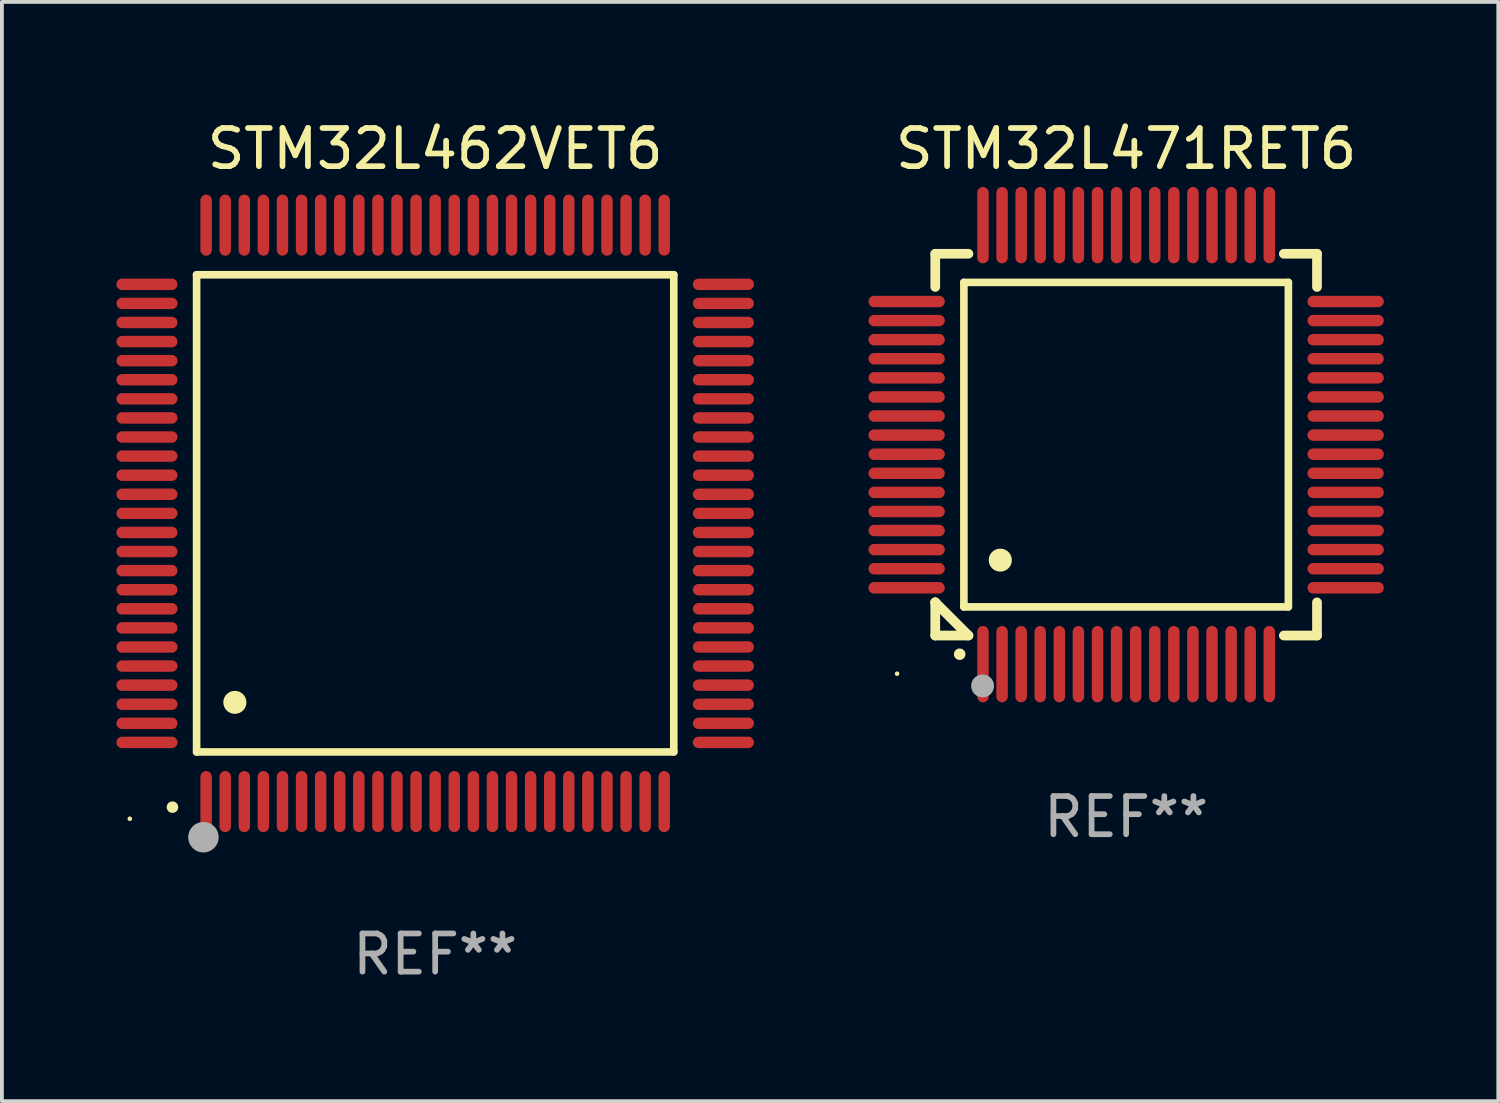
<source format=kicad_pcb>
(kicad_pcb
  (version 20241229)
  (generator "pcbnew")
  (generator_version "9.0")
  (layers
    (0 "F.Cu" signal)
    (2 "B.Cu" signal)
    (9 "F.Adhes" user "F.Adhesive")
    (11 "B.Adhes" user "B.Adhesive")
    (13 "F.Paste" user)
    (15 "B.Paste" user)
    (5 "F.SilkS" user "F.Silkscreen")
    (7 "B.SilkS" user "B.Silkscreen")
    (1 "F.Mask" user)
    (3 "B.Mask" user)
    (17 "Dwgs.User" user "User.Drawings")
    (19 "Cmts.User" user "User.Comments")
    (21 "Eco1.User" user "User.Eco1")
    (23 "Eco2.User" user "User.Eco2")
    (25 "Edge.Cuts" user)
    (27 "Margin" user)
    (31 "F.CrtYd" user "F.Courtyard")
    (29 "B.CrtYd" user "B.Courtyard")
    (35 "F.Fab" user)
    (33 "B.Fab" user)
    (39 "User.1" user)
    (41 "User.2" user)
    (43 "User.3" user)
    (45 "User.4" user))
  (footprint "STM32L471RET6"
    (layer "F.Cu")
    (at 26.45 8.598)
    (property "Reference" "STM32L471RET6" (at 0 -7.75 0) (layer "F.SilkS") (effects (font (size 1 1) (thickness 0.15))))
    (attr through_hole)
    (fp_line (start -5 -5) (end -4.131 -5) (stroke (width 0.254) (type solid)) (layer "F.SilkS"))
    (fp_line (start -5 -4.131) (end -5 -5) (stroke (width 0.254) (type solid)) (layer "F.SilkS"))
    (fp_line (start -5 4.131) (end -5 4.131) (stroke (width 0.254) (type solid)) (layer "F.SilkS"))
    (fp_line (start -5 5) (end -5 4.131) (stroke (width 0.254) (type solid)) (layer "F.SilkS"))
    (fp_line (start -5 4.131) (end -4.131 5) (stroke (width 0.254) (type solid)) (layer "F.SilkS"))
    (fp_line (start -4.25 -4.25) (end -4.25 4.25) (stroke (width 0.2) (type solid)) (layer "F.SilkS"))
    (fp_line (start -4.25 4.25) (end 4.25 4.25) (stroke (width 0.2) (type solid)) (layer "F.SilkS"))
    (fp_line (start -4.131 5) (end -5 5) (stroke (width 0.254) (type solid)) (layer "F.SilkS"))
    (fp_line (start 4.25 -4.25) (end -4.25 -4.25) (stroke (width 0.2) (type solid)) (layer "F.SilkS"))
    (fp_line (start 4.25 4.25) (end 4.25 -4.25) (stroke (width 0.2) (type solid)) (layer "F.SilkS"))
    (fp_line (start 5 -5) (end 4.131 -5) (stroke (width 0.254) (type solid)) (layer "F.SilkS"))
    (fp_line (start 5 -5) (end 5 -4.131) (stroke (width 0.254) (type solid)) (layer "F.SilkS"))
    (fp_line (start 5 4.131) (end 5 5) (stroke (width 0.254) (type solid)) (layer "F.SilkS"))
    (fp_line (start 5 5) (end 4.131 5) (stroke (width 0.254) (type solid)) (layer "F.SilkS"))
    (fp_arc (start -4.361265 5.489992) (mid -4.359995 5.489987) (end -4.358725 5.489992) (stroke (width 0.3) (type solid)) (layer "F.SilkS"))
    (fp_arc (start -3.299467 3.025146) (mid -3.296927 3.025135) (end -3.294387 3.025146) (stroke (width 0.6) (type solid)) (layer "F.SilkS"))
    (fp_circle (center -6 6) (end -5.97 6) (stroke (width 0.06) (type solid)) (fill no) (layer "F.SilkS"))
    (fp_circle (center -3.76 6.32) (end -3.61 6.32) (stroke (width 0.3) (type solid)) (fill no) (layer "F.Fab"))
    (fp_text user "REF**" (at 0 9.75 0) (layer "F.Fab") (effects (font (size 1 1) (thickness 0.15))))
    (pad "1" smd oval (at -3.75 5.75) (size 0.3 2) (layers "F.Cu" "F.Mask" "F.Paste"))
    (pad "2" smd oval (at -3.25 5.75) (size 0.3 2) (layers "F.Cu" "F.Mask" "F.Paste"))
    (pad "3" smd oval (at -2.75 5.75) (size 0.3 2) (layers "F.Cu" "F.Mask" "F.Paste"))
    (pad "4" smd oval (at -2.25 5.75) (size 0.3 2) (layers "F.Cu" "F.Mask" "F.Paste"))
    (pad "5" smd oval (at -1.75 5.75) (size 0.3 2) (layers "F.Cu" "F.Mask" "F.Paste"))
    (pad "6" smd oval (at -1.25 5.75) (size 0.3 2) (layers "F.Cu" "F.Mask" "F.Paste"))
    (pad "7" smd oval (at -0.75 5.75) (size 0.3 2) (layers "F.Cu" "F.Mask" "F.Paste"))
    (pad "8" smd oval (at -0.25 5.75) (size 0.3 2) (layers "F.Cu" "F.Mask" "F.Paste"))
    (pad "9" smd oval (at 0.25 5.75) (size 0.3 2) (layers "F.Cu" "F.Mask" "F.Paste"))
    (pad "10" smd oval (at 0.75 5.75) (size 0.3 2) (layers "F.Cu" "F.Mask" "F.Paste"))
    (pad "11" smd oval (at 1.25 5.75) (size 0.3 2) (layers "F.Cu" "F.Mask" "F.Paste"))
    (pad "12" smd oval (at 1.75 5.75) (size 0.3 2) (layers "F.Cu" "F.Mask" "F.Paste"))
    (pad "13" smd oval (at 2.25 5.75) (size 0.3 2) (layers "F.Cu" "F.Mask" "F.Paste"))
    (pad "14" smd oval (at 2.75 5.75) (size 0.3 2) (layers "F.Cu" "F.Mask" "F.Paste"))
    (pad "15" smd oval (at 3.25 5.75) (size 0.3 2) (layers "F.Cu" "F.Mask" "F.Paste"))
    (pad "16" smd oval (at 3.75 5.75) (size 0.3 2) (layers "F.Cu" "F.Mask" "F.Paste"))
    (pad "17" smd oval (at 5.75 3.75) (size 2 0.3) (layers "F.Cu" "F.Mask" "F.Paste"))
    (pad "18" smd oval (at 5.75 3.25) (size 2 0.3) (layers "F.Cu" "F.Mask" "F.Paste"))
    (pad "19" smd oval (at 5.75 2.75) (size 2 0.3) (layers "F.Cu" "F.Mask" "F.Paste"))
    (pad "20" smd oval (at 5.75 2.25) (size 2 0.3) (layers "F.Cu" "F.Mask" "F.Paste"))
    (pad "21" smd oval (at 5.75 1.75) (size 2 0.3) (layers "F.Cu" "F.Mask" "F.Paste"))
    (pad "22" smd oval (at 5.75 1.25) (size 2 0.3) (layers "F.Cu" "F.Mask" "F.Paste"))
    (pad "23" smd oval (at 5.75 0.75) (size 2 0.3) (layers "F.Cu" "F.Mask" "F.Paste"))
    (pad "24" smd oval (at 5.75 0.25) (size 2 0.3) (layers "F.Cu" "F.Mask" "F.Paste"))
    (pad "25" smd oval (at 5.75 -0.25) (size 2 0.3) (layers "F.Cu" "F.Mask" "F.Paste"))
    (pad "26" smd oval (at 5.75 -0.75) (size 2 0.3) (layers "F.Cu" "F.Mask" "F.Paste"))
    (pad "27" smd oval (at 5.75 -1.25) (size 2 0.3) (layers "F.Cu" "F.Mask" "F.Paste"))
    (pad "28" smd oval (at 5.75 -1.75) (size 2 0.3) (layers "F.Cu" "F.Mask" "F.Paste"))
    (pad "29" smd oval (at 5.75 -2.25) (size 2 0.3) (layers "F.Cu" "F.Mask" "F.Paste"))
    (pad "30" smd oval (at 5.75 -2.75) (size 2 0.3) (layers "F.Cu" "F.Mask" "F.Paste"))
    (pad "31" smd oval (at 5.75 -3.25) (size 2 0.3) (layers "F.Cu" "F.Mask" "F.Paste"))
    (pad "32" smd oval (at 5.75 -3.75) (size 2 0.3) (layers "F.Cu" "F.Mask" "F.Paste"))
    (pad "33" smd oval (at 3.75 -5.75) (size 0.3 2) (layers "F.Cu" "F.Mask" "F.Paste"))
    (pad "34" smd oval (at 3.25 -5.75) (size 0.3 2) (layers "F.Cu" "F.Mask" "F.Paste"))
    (pad "35" smd oval (at 2.75 -5.75) (size 0.3 2) (layers "F.Cu" "F.Mask" "F.Paste"))
    (pad "36" smd oval (at 2.25 -5.75) (size 0.3 2) (layers "F.Cu" "F.Mask" "F.Paste"))
    (pad "37" smd oval (at 1.75 -5.75) (size 0.3 2) (layers "F.Cu" "F.Mask" "F.Paste"))
    (pad "38" smd oval (at 1.25 -5.75) (size 0.3 2) (layers "F.Cu" "F.Mask" "F.Paste"))
    (pad "39" smd oval (at 0.75 -5.75) (size 0.3 2) (layers "F.Cu" "F.Mask" "F.Paste"))
    (pad "40" smd oval (at 0.25 -5.75) (size 0.3 2) (layers "F.Cu" "F.Mask" "F.Paste"))
    (pad "41" smd oval (at -0.25 -5.75) (size 0.3 2) (layers "F.Cu" "F.Mask" "F.Paste"))
    (pad "42" smd oval (at -0.75 -5.75) (size 0.3 2) (layers "F.Cu" "F.Mask" "F.Paste"))
    (pad "43" smd oval (at -1.25 -5.75) (size 0.3 2) (layers "F.Cu" "F.Mask" "F.Paste"))
    (pad "44" smd oval (at -1.75 -5.75) (size 0.3 2) (layers "F.Cu" "F.Mask" "F.Paste"))
    (pad "45" smd oval (at -2.25 -5.75) (size 0.3 2) (layers "F.Cu" "F.Mask" "F.Paste"))
    (pad "46" smd oval (at -2.75 -5.75) (size 0.3 2) (layers "F.Cu" "F.Mask" "F.Paste"))
    (pad "47" smd oval (at -3.25 -5.75) (size 0.3 2) (layers "F.Cu" "F.Mask" "F.Paste"))
    (pad "48" smd oval (at -3.75 -5.75) (size 0.3 2) (layers "F.Cu" "F.Mask" "F.Paste"))
    (pad "49" smd oval (at -5.75 -3.75) (size 2 0.3) (layers "F.Cu" "F.Mask" "F.Paste"))
    (pad "50" smd oval (at -5.75 -3.25) (size 2 0.3) (layers "F.Cu" "F.Mask" "F.Paste"))
    (pad "51" smd oval (at -5.75 -2.75) (size 2 0.3) (layers "F.Cu" "F.Mask" "F.Paste"))
    (pad "52" smd oval (at -5.75 -2.25) (size 2 0.3) (layers "F.Cu" "F.Mask" "F.Paste"))
    (pad "53" smd oval (at -5.75 -1.75) (size 2 0.3) (layers "F.Cu" "F.Mask" "F.Paste"))
    (pad "54" smd oval (at -5.75 -1.25) (size 2 0.3) (layers "F.Cu" "F.Mask" "F.Paste"))
    (pad "55" smd oval (at -5.75 -0.75) (size 2 0.3) (layers "F.Cu" "F.Mask" "F.Paste"))
    (pad "56" smd oval (at -5.75 -0.25) (size 2 0.3) (layers "F.Cu" "F.Mask" "F.Paste"))
    (pad "57" smd oval (at -5.75 0.25) (size 2 0.3) (layers "F.Cu" "F.Mask" "F.Paste"))
    (pad "58" smd oval (at -5.75 0.75) (size 2 0.3) (layers "F.Cu" "F.Mask" "F.Paste"))
    (pad "59" smd oval (at -5.75 1.25) (size 2 0.3) (layers "F.Cu" "F.Mask" "F.Paste"))
    (pad "60" smd oval (at -5.75 1.75) (size 2 0.3) (layers "F.Cu" "F.Mask" "F.Paste"))
    (pad "61" smd oval (at -5.75 2.25) (size 2 0.3) (layers "F.Cu" "F.Mask" "F.Paste"))
    (pad "62" smd oval (at -5.75 2.75) (size 2 0.3) (layers "F.Cu" "F.Mask" "F.Paste"))
    (pad "63" smd oval (at -5.75 3.25) (size 2 0.3) (layers "F.Cu" "F.Mask" "F.Paste"))
    (pad "64" smd oval (at -5.75 3.75) (size 2 0.3) (layers "F.Cu" "F.Mask" "F.Paste")))
  (footprint "STM32L462VET6"
    (layer "F.Cu")
    (at 8.35 10.398)
    (property "Reference" "STM32L462VET6" (at 0 -9.55 0) (layer "F.SilkS") (effects (font (size 1 1) (thickness 0.15))))
    (attr through_hole)
    (fp_line (start -6.25 -6.25) (end -6.25 6.25) (stroke (width 0.2) (type solid)) (layer "F.SilkS"))
    (fp_line (start -6.25 6.25) (end 6.25 6.25) (stroke (width 0.2) (type solid)) (layer "F.SilkS"))
    (fp_line (start 6.25 -6.25) (end -6.25 -6.25) (stroke (width 0.2) (type solid)) (layer "F.SilkS"))
    (fp_line (start 6.25 6.25) (end 6.25 -6.25) (stroke (width 0.2) (type solid)) (layer "F.SilkS"))
    (fp_arc (start -6.883414 7.696215) (mid -6.882144 7.69621) (end -6.880874 7.696215) (stroke (width 0.3) (type solid)) (layer "F.SilkS"))
    (fp_arc (start -5.250191 4.95047) (mid -5.247651 4.950459) (end -5.245111 4.95047) (stroke (width 0.6) (type solid)) (layer "F.SilkS"))
    (fp_circle (center -8 8) (end -7.97 8) (stroke (width 0.06) (type solid)) (fill no) (layer "F.SilkS"))
    (fp_circle (center -6.071 8.484) (end -5.871 8.484) (stroke (width 0.4) (type solid)) (fill no) (layer "F.Fab"))
    (fp_text user "REF**" (at 0 11.55 0) (layer "F.Fab") (effects (font (size 1 1) (thickness 0.15))))
    (pad "1" smd oval (at -6 7.55) (size 0.3 1.6) (layers "F.Cu" "F.Mask" "F.Paste"))
    (pad "2" smd oval (at -5.5 7.55) (size 0.3 1.6) (layers "F.Cu" "F.Mask" "F.Paste"))
    (pad "3" smd oval (at -5 7.55) (size 0.3 1.6) (layers "F.Cu" "F.Mask" "F.Paste"))
    (pad "4" smd oval (at -4.5 7.55) (size 0.3 1.6) (layers "F.Cu" "F.Mask" "F.Paste"))
    (pad "5" smd oval (at -4 7.55) (size 0.3 1.6) (layers "F.Cu" "F.Mask" "F.Paste"))
    (pad "6" smd oval (at -3.5 7.55) (size 0.3 1.6) (layers "F.Cu" "F.Mask" "F.Paste"))
    (pad "7" smd oval (at -3 7.55) (size 0.3 1.6) (layers "F.Cu" "F.Mask" "F.Paste"))
    (pad "8" smd oval (at -2.5 7.55) (size 0.3 1.6) (layers "F.Cu" "F.Mask" "F.Paste"))
    (pad "9" smd oval (at -2 7.55) (size 0.3 1.6) (layers "F.Cu" "F.Mask" "F.Paste"))
    (pad "10" smd oval (at -1.5 7.55) (size 0.3 1.6) (layers "F.Cu" "F.Mask" "F.Paste"))
    (pad "11" smd oval (at -1 7.55) (size 0.3 1.6) (layers "F.Cu" "F.Mask" "F.Paste"))
    (pad "12" smd oval (at -0.5 7.55) (size 0.3 1.6) (layers "F.Cu" "F.Mask" "F.Paste"))
    (pad "13" smd oval (at 0 7.55) (size 0.3 1.6) (layers "F.Cu" "F.Mask" "F.Paste"))
    (pad "14" smd oval (at 0.5 7.55) (size 0.3 1.6) (layers "F.Cu" "F.Mask" "F.Paste"))
    (pad "15" smd oval (at 1 7.55) (size 0.3 1.6) (layers "F.Cu" "F.Mask" "F.Paste"))
    (pad "16" smd oval (at 1.5 7.55) (size 0.3 1.6) (layers "F.Cu" "F.Mask" "F.Paste"))
    (pad "17" smd oval (at 2 7.55) (size 0.3 1.6) (layers "F.Cu" "F.Mask" "F.Paste"))
    (pad "18" smd oval (at 2.5 7.55) (size 0.3 1.6) (layers "F.Cu" "F.Mask" "F.Paste"))
    (pad "19" smd oval (at 3 7.55) (size 0.3 1.6) (layers "F.Cu" "F.Mask" "F.Paste"))
    (pad "20" smd oval (at 3.5 7.55) (size 0.3 1.6) (layers "F.Cu" "F.Mask" "F.Paste"))
    (pad "21" smd oval (at 4 7.55) (size 0.3 1.6) (layers "F.Cu" "F.Mask" "F.Paste"))
    (pad "22" smd oval (at 4.5 7.55) (size 0.3 1.6) (layers "F.Cu" "F.Mask" "F.Paste"))
    (pad "23" smd oval (at 5 7.55) (size 0.3 1.6) (layers "F.Cu" "F.Mask" "F.Paste"))
    (pad "24" smd oval (at 5.5 7.55) (size 0.3 1.6) (layers "F.Cu" "F.Mask" "F.Paste"))
    (pad "25" smd oval (at 6 7.55) (size 0.3 1.6) (layers "F.Cu" "F.Mask" "F.Paste"))
    (pad "26" smd oval (at 7.55 6) (size 1.6 0.3) (layers "F.Cu" "F.Mask" "F.Paste"))
    (pad "27" smd oval (at 7.55 5.5) (size 1.6 0.3) (layers "F.Cu" "F.Mask" "F.Paste"))
    (pad "28" smd oval (at 7.55 5) (size 1.6 0.3) (layers "F.Cu" "F.Mask" "F.Paste"))
    (pad "29" smd oval (at 7.55 4.5) (size 1.6 0.3) (layers "F.Cu" "F.Mask" "F.Paste"))
    (pad "30" smd oval (at 7.55 4) (size 1.6 0.3) (layers "F.Cu" "F.Mask" "F.Paste"))
    (pad "31" smd oval (at 7.55 3.5) (size 1.6 0.3) (layers "F.Cu" "F.Mask" "F.Paste"))
    (pad "32" smd oval (at 7.55 3) (size 1.6 0.3) (layers "F.Cu" "F.Mask" "F.Paste"))
    (pad "33" smd oval (at 7.55 2.5) (size 1.6 0.3) (layers "F.Cu" "F.Mask" "F.Paste"))
    (pad "34" smd oval (at 7.55 2) (size 1.6 0.3) (layers "F.Cu" "F.Mask" "F.Paste"))
    (pad "35" smd oval (at 7.55 1.5) (size 1.6 0.3) (layers "F.Cu" "F.Mask" "F.Paste"))
    (pad "36" smd oval (at 7.55 1) (size 1.6 0.3) (layers "F.Cu" "F.Mask" "F.Paste"))
    (pad "37" smd oval (at 7.55 0.5) (size 1.6 0.3) (layers "F.Cu" "F.Mask" "F.Paste"))
    (pad "38" smd oval (at 7.55 0) (size 1.6 0.3) (layers "F.Cu" "F.Mask" "F.Paste"))
    (pad "39" smd oval (at 7.55 -0.5) (size 1.6 0.3) (layers "F.Cu" "F.Mask" "F.Paste"))
    (pad "40" smd oval (at 7.55 -1) (size 1.6 0.3) (layers "F.Cu" "F.Mask" "F.Paste"))
    (pad "41" smd oval (at 7.55 -1.5) (size 1.6 0.3) (layers "F.Cu" "F.Mask" "F.Paste"))
    (pad "42" smd oval (at 7.55 -2) (size 1.6 0.3) (layers "F.Cu" "F.Mask" "F.Paste"))
    (pad "43" smd oval (at 7.55 -2.5) (size 1.6 0.3) (layers "F.Cu" "F.Mask" "F.Paste"))
    (pad "44" smd oval (at 7.55 -3) (size 1.6 0.3) (layers "F.Cu" "F.Mask" "F.Paste"))
    (pad "45" smd oval (at 7.55 -3.5) (size 1.6 0.3) (layers "F.Cu" "F.Mask" "F.Paste"))
    (pad "46" smd oval (at 7.55 -4) (size 1.6 0.3) (layers "F.Cu" "F.Mask" "F.Paste"))
    (pad "47" smd oval (at 7.55 -4.5) (size 1.6 0.3) (layers "F.Cu" "F.Mask" "F.Paste"))
    (pad "48" smd oval (at 7.55 -5) (size 1.6 0.3) (layers "F.Cu" "F.Mask" "F.Paste"))
    (pad "49" smd oval (at 7.55 -5.5) (size 1.6 0.3) (layers "F.Cu" "F.Mask" "F.Paste"))
    (pad "50" smd oval (at 7.55 -6) (size 1.6 0.3) (layers "F.Cu" "F.Mask" "F.Paste"))
    (pad "51" smd oval (at 6 -7.55) (size 0.3 1.6) (layers "F.Cu" "F.Mask" "F.Paste"))
    (pad "52" smd oval (at 5.5 -7.55) (size 0.3 1.6) (layers "F.Cu" "F.Mask" "F.Paste"))
    (pad "53" smd oval (at 5 -7.55) (size 0.3 1.6) (layers "F.Cu" "F.Mask" "F.Paste"))
    (pad "54" smd oval (at 4.5 -7.55) (size 0.3 1.6) (layers "F.Cu" "F.Mask" "F.Paste"))
    (pad "55" smd oval (at 4 -7.55) (size 0.3 1.6) (layers "F.Cu" "F.Mask" "F.Paste"))
    (pad "56" smd oval (at 3.5 -7.55) (size 0.3 1.6) (layers "F.Cu" "F.Mask" "F.Paste"))
    (pad "57" smd oval (at 3 -7.55) (size 0.3 1.6) (layers "F.Cu" "F.Mask" "F.Paste"))
    (pad "58" smd oval (at 2.5 -7.55) (size 0.3 1.6) (layers "F.Cu" "F.Mask" "F.Paste"))
    (pad "59" smd oval (at 2 -7.55) (size 0.3 1.6) (layers "F.Cu" "F.Mask" "F.Paste"))
    (pad "60" smd oval (at 1.5 -7.55) (size 0.3 1.6) (layers "F.Cu" "F.Mask" "F.Paste"))
    (pad "61" smd oval (at 1 -7.55) (size 0.3 1.6) (layers "F.Cu" "F.Mask" "F.Paste"))
    (pad "62" smd oval (at 0.5 -7.55) (size 0.3 1.6) (layers "F.Cu" "F.Mask" "F.Paste"))
    (pad "63" smd oval (at 0 -7.55) (size 0.3 1.6) (layers "F.Cu" "F.Mask" "F.Paste"))
    (pad "64" smd oval (at -0.5 -7.55) (size 0.3 1.6) (layers "F.Cu" "F.Mask" "F.Paste"))
    (pad "65" smd oval (at -1 -7.55) (size 0.3 1.6) (layers "F.Cu" "F.Mask" "F.Paste"))
    (pad "66" smd oval (at -1.5 -7.55) (size 0.3 1.6) (layers "F.Cu" "F.Mask" "F.Paste"))
    (pad "67" smd oval (at -2 -7.55) (size 0.3 1.6) (layers "F.Cu" "F.Mask" "F.Paste"))
    (pad "68" smd oval (at -2.5 -7.55) (size 0.3 1.6) (layers "F.Cu" "F.Mask" "F.Paste"))
    (pad "69" smd oval (at -3 -7.55) (size 0.3 1.6) (layers "F.Cu" "F.Mask" "F.Paste"))
    (pad "70" smd oval (at -3.5 -7.55) (size 0.3 1.6) (layers "F.Cu" "F.Mask" "F.Paste"))
    (pad "71" smd oval (at -4 -7.55) (size 0.3 1.6) (layers "F.Cu" "F.Mask" "F.Paste"))
    (pad "72" smd oval (at -4.5 -7.55) (size 0.3 1.6) (layers "F.Cu" "F.Mask" "F.Paste"))
    (pad "73" smd oval (at -5 -7.55) (size 0.3 1.6) (layers "F.Cu" "F.Mask" "F.Paste"))
    (pad "74" smd oval (at -5.5 -7.55) (size 0.3 1.6) (layers "F.Cu" "F.Mask" "F.Paste"))
    (pad "75" smd oval (at -6 -7.55) (size 0.3 1.6) (layers "F.Cu" "F.Mask" "F.Paste"))
    (pad "76" smd oval (at -7.55 -6) (size 1.6 0.3) (layers "F.Cu" "F.Mask" "F.Paste"))
    (pad "77" smd oval (at -7.55 -5.5) (size 1.6 0.3) (layers "F.Cu" "F.Mask" "F.Paste"))
    (pad "78" smd oval (at -7.55 -5) (size 1.6 0.3) (layers "F.Cu" "F.Mask" "F.Paste"))
    (pad "79" smd oval (at -7.55 -4.5) (size 1.6 0.3) (layers "F.Cu" "F.Mask" "F.Paste"))
    (pad "80" smd oval (at -7.55 -4) (size 1.6 0.3) (layers "F.Cu" "F.Mask" "F.Paste"))
    (pad "81" smd oval (at -7.55 -3.5) (size 1.6 0.3) (layers "F.Cu" "F.Mask" "F.Paste"))
    (pad "82" smd oval (at -7.55 -3) (size 1.6 0.3) (layers "F.Cu" "F.Mask" "F.Paste"))
    (pad "83" smd oval (at -7.55 -2.5) (size 1.6 0.3) (layers "F.Cu" "F.Mask" "F.Paste"))
    (pad "84" smd oval (at -7.55 -2) (size 1.6 0.3) (layers "F.Cu" "F.Mask" "F.Paste"))
    (pad "85" smd oval (at -7.55 -1.5) (size 1.6 0.3) (layers "F.Cu" "F.Mask" "F.Paste"))
    (pad "86" smd oval (at -7.55 -1) (size 1.6 0.3) (layers "F.Cu" "F.Mask" "F.Paste"))
    (pad "87" smd oval (at -7.55 -0.5) (size 1.6 0.3) (layers "F.Cu" "F.Mask" "F.Paste"))
    (pad "88" smd oval (at -7.55 0) (size 1.6 0.3) (layers "F.Cu" "F.Mask" "F.Paste"))
    (pad "89" smd oval (at -7.55 0.5) (size 1.6 0.3) (layers "F.Cu" "F.Mask" "F.Paste"))
    (pad "90" smd oval (at -7.55 1) (size 1.6 0.3) (layers "F.Cu" "F.Mask" "F.Paste"))
    (pad "91" smd oval (at -7.55 1.5) (size 1.6 0.3) (layers "F.Cu" "F.Mask" "F.Paste"))
    (pad "92" smd oval (at -7.55 2) (size 1.6 0.3) (layers "F.Cu" "F.Mask" "F.Paste"))
    (pad "93" smd oval (at -7.55 2.5) (size 1.6 0.3) (layers "F.Cu" "F.Mask" "F.Paste"))
    (pad "94" smd oval (at -7.55 3) (size 1.6 0.3) (layers "F.Cu" "F.Mask" "F.Paste"))
    (pad "95" smd oval (at -7.55 3.5) (size 1.6 0.3) (layers "F.Cu" "F.Mask" "F.Paste"))
    (pad "96" smd oval (at -7.55 4) (size 1.6 0.3) (layers "F.Cu" "F.Mask" "F.Paste"))
    (pad "97" smd oval (at -7.55 4.5) (size 1.6 0.3) (layers "F.Cu" "F.Mask" "F.Paste"))
    (pad "98" smd oval (at -7.55 5) (size 1.6 0.3) (layers "F.Cu" "F.Mask" "F.Paste"))
    (pad "99" smd oval (at -7.55 5.5) (size 1.6 0.3) (layers "F.Cu" "F.Mask" "F.Paste"))
    (pad "100" smd oval (at -7.55 6) (size 1.6 0.3) (layers "F.Cu" "F.Mask" "F.Paste")))
  (gr_rect
    (start -3 -3)
    (end 36.199 25.796)
    (stroke (width 0.1) (type default))
    (fill no)
    (layer "Edge.Cuts")))
</source>
